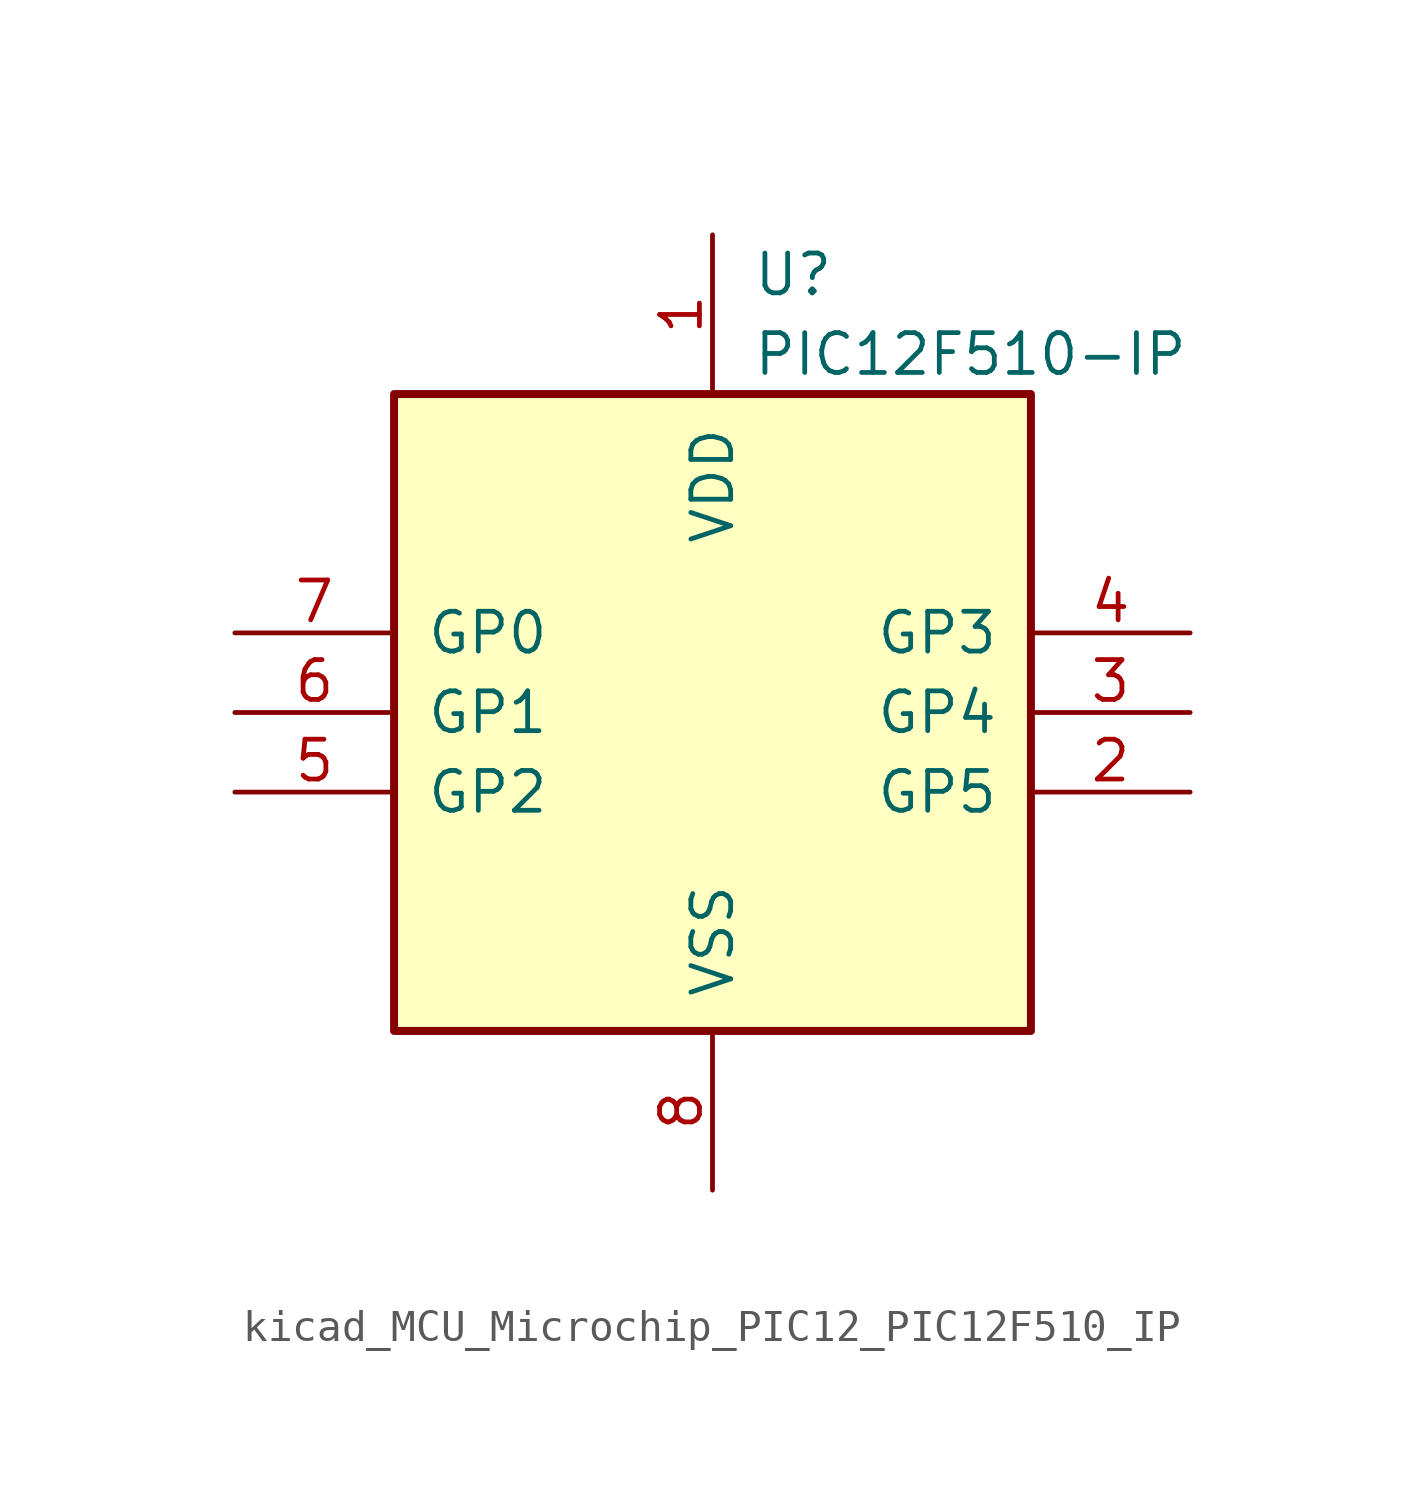
<source format=kicad_sym>
(kicad_symbol_lib
  (version 20220914)
  (generator kicad_symbol_editor)
  (symbol "kicad_MCU_Microchip_PIC12_PIC12F510_IP"
    (pin_names
      (offset 1.016))
    (property "Reference" "U"
      (at 1.27 13.97 0)
      (effects (font (size 1.27 1.27)) (justify left)))
    (property "Value" "PIC12F510-IP"
      (at 1.27 11.43 0)
      (effects (font (size 1.27 1.27)) (justify left)))
    (symbol "kicad_MCU_Microchip_PIC12_PIC12F510_IP_0_1"
      (rectangle (start 10.16 -10.16) (end -10.16 10.16) (stroke (width 0.254) (type default)) (fill (type background))))
    (symbol "kicad_MCU_Microchip_PIC12_PIC12F510_IP_1_1"
      (pin power_in line (at 0 15.24 270) (length 5.08) (name "VDD" (effects (font (size 1.27 1.27)))) (number "1" (effects (font (size 1.27 1.27)))))
      (pin bidirectional line (at 15.24 -2.54 180) (length 5.08) (name "GP5" (effects (font (size 1.27 1.27)))) (number "2" (effects (font (size 1.27 1.27)))))
      (pin bidirectional line (at 15.24 0 180) (length 5.08) (name "GP4" (effects (font (size 1.27 1.27)))) (number "3" (effects (font (size 1.27 1.27)))))
      (pin input line (at 15.24 2.54 180) (length 5.08) (name "GP3" (effects (font (size 1.27 1.27)))) (number "4" (effects (font (size 1.27 1.27)))))
      (pin bidirectional line (at -15.24 -2.54 0) (length 5.08) (name "GP2" (effects (font (size 1.27 1.27)))) (number "5" (effects (font (size 1.27 1.27)))))
      (pin bidirectional line (at -15.24 0 0) (length 5.08) (name "GP1" (effects (font (size 1.27 1.27)))) (number "6" (effects (font (size 1.27 1.27)))))
      (pin bidirectional line (at -15.24 2.54 0) (length 5.08) (name "GP0" (effects (font (size 1.27 1.27)))) (number "7" (effects (font (size 1.27 1.27)))))
      (pin power_in line (at 0 -15.24 90) (length 5.08) (name "VSS" (effects (font (size 1.27 1.27)))) (number "8" (effects (font (size 1.27 1.27))))))))
</source>
